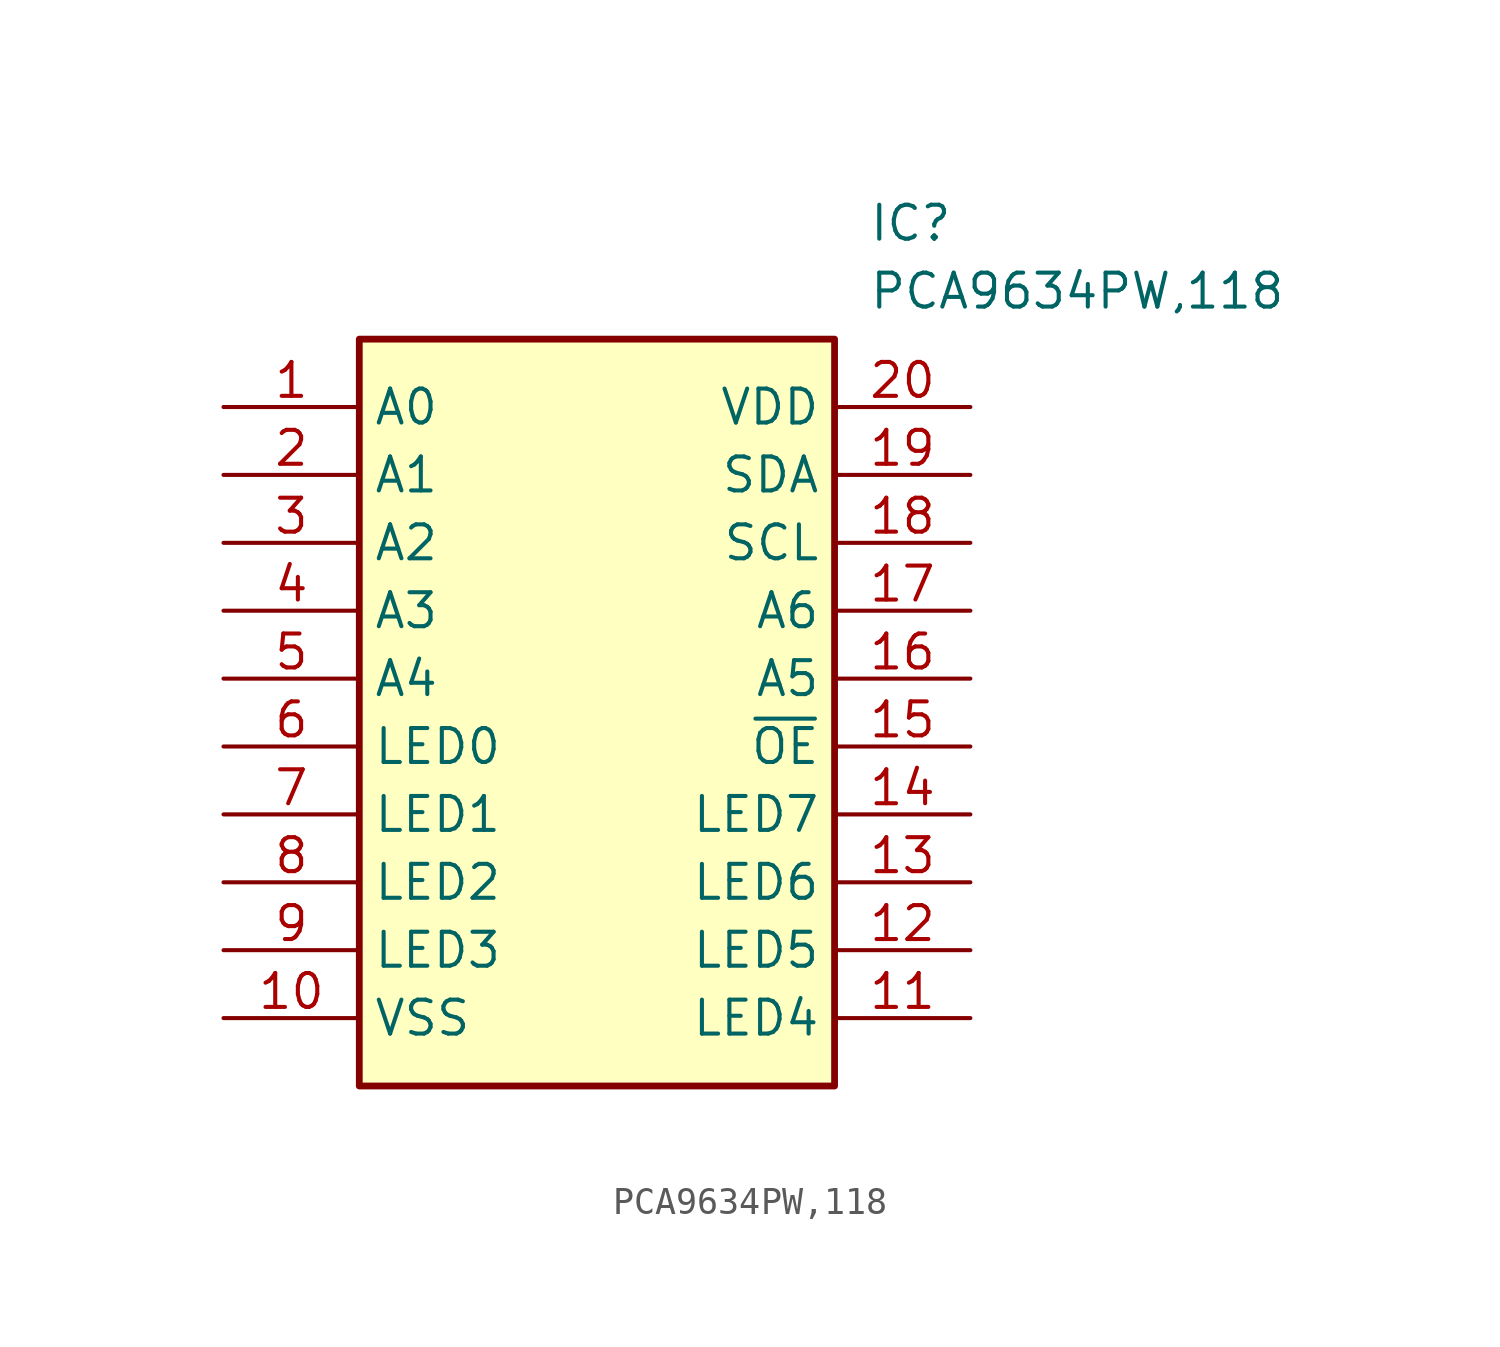
<source format=kicad_sym>
(kicad_symbol_lib
  (version 20211014)
  (generator SamacSys_ECAD_Model)
  (symbol "PCA9634PW,118"
    (property "Reference" "IC"
      (at 24.13 7.62 0)
      (effects (font (size 1.27 1.27)) (justify left top)))
    (property "Value" "PCA9634PW,118"
      (at 24.13 5.08 0)
      (effects (font (size 1.27 1.27)) (justify left top)))
    (rectangle
      (start 5.08 2.54)
      (end 22.86 -25.4)
      (stroke (width 0.254) (type default))
      (fill (type background)))
    (pin passive line
      (at 0 0 0)
      (length 5.08)
      (name "A0" (effects (font (size 1.27 1.27))))
      (number "1" (effects (font (size 1.27 1.27)))))
    (pin passive line
      (at 0 -2.54 0)
      (length 5.08)
      (name "A1" (effects (font (size 1.27 1.27))))
      (number "2" (effects (font (size 1.27 1.27)))))
    (pin passive line
      (at 0 -5.08 0)
      (length 5.08)
      (name "A2" (effects (font (size 1.27 1.27))))
      (number "3" (effects (font (size 1.27 1.27)))))
    (pin passive line
      (at 0 -7.62 0)
      (length 5.08)
      (name "A3" (effects (font (size 1.27 1.27))))
      (number "4" (effects (font (size 1.27 1.27)))))
    (pin passive line
      (at 0 -10.16 0)
      (length 5.08)
      (name "A4" (effects (font (size 1.27 1.27))))
      (number "5" (effects (font (size 1.27 1.27)))))
    (pin passive line
      (at 0 -12.7 0)
      (length 5.08)
      (name "LED0" (effects (font (size 1.27 1.27))))
      (number "6" (effects (font (size 1.27 1.27)))))
    (pin passive line
      (at 0 -15.24 0)
      (length 5.08)
      (name "LED1" (effects (font (size 1.27 1.27))))
      (number "7" (effects (font (size 1.27 1.27)))))
    (pin passive line
      (at 0 -17.78 0)
      (length 5.08)
      (name "LED2" (effects (font (size 1.27 1.27))))
      (number "8" (effects (font (size 1.27 1.27)))))
    (pin passive line
      (at 0 -20.32 0)
      (length 5.08)
      (name "LED3" (effects (font (size 1.27 1.27))))
      (number "9" (effects (font (size 1.27 1.27)))))
    (pin passive line
      (at 0 -22.86 0)
      (length 5.08)
      (name "VSS" (effects (font (size 1.27 1.27))))
      (number "10" (effects (font (size 1.27 1.27)))))
    (pin passive line
      (at 27.94 -22.86 180)
      (length 5.08)
      (name "LED4" (effects (font (size 1.27 1.27))))
      (number "11" (effects (font (size 1.27 1.27)))))
    (pin passive line
      (at 27.94 -20.32 180)
      (length 5.08)
      (name "LED5" (effects (font (size 1.27 1.27))))
      (number "12" (effects (font (size 1.27 1.27)))))
    (pin passive line
      (at 27.94 -17.78 180)
      (length 5.08)
      (name "LED6" (effects (font (size 1.27 1.27))))
      (number "13" (effects (font (size 1.27 1.27)))))
    (pin passive line
      (at 27.94 -15.24 180)
      (length 5.08)
      (name "LED7" (effects (font (size 1.27 1.27))))
      (number "14" (effects (font (size 1.27 1.27)))))
    (pin passive line
      (at 27.94 -12.7 180)
      (length 5.08)
      (name "~{OE}" (effects (font (size 1.27 1.27))))
      (number "15" (effects (font (size 1.27 1.27)))))
    (pin passive line
      (at 27.94 -10.16 180)
      (length 5.08)
      (name "A5" (effects (font (size 1.27 1.27))))
      (number "16" (effects (font (size 1.27 1.27)))))
    (pin passive line
      (at 27.94 -7.62 180)
      (length 5.08)
      (name "A6" (effects (font (size 1.27 1.27))))
      (number "17" (effects (font (size 1.27 1.27)))))
    (pin passive line
      (at 27.94 -5.08 180)
      (length 5.08)
      (name "SCL" (effects (font (size 1.27 1.27))))
      (number "18" (effects (font (size 1.27 1.27)))))
    (pin passive line
      (at 27.94 -2.54 180)
      (length 5.08)
      (name "SDA" (effects (font (size 1.27 1.27))))
      (number "19" (effects (font (size 1.27 1.27)))))
    (pin passive line
      (at 27.94 0 180)
      (length 5.08)
      (name "VDD" (effects (font (size 1.27 1.27))))
      (number "20" (effects (font (size 1.27 1.27)))))))
</source>
